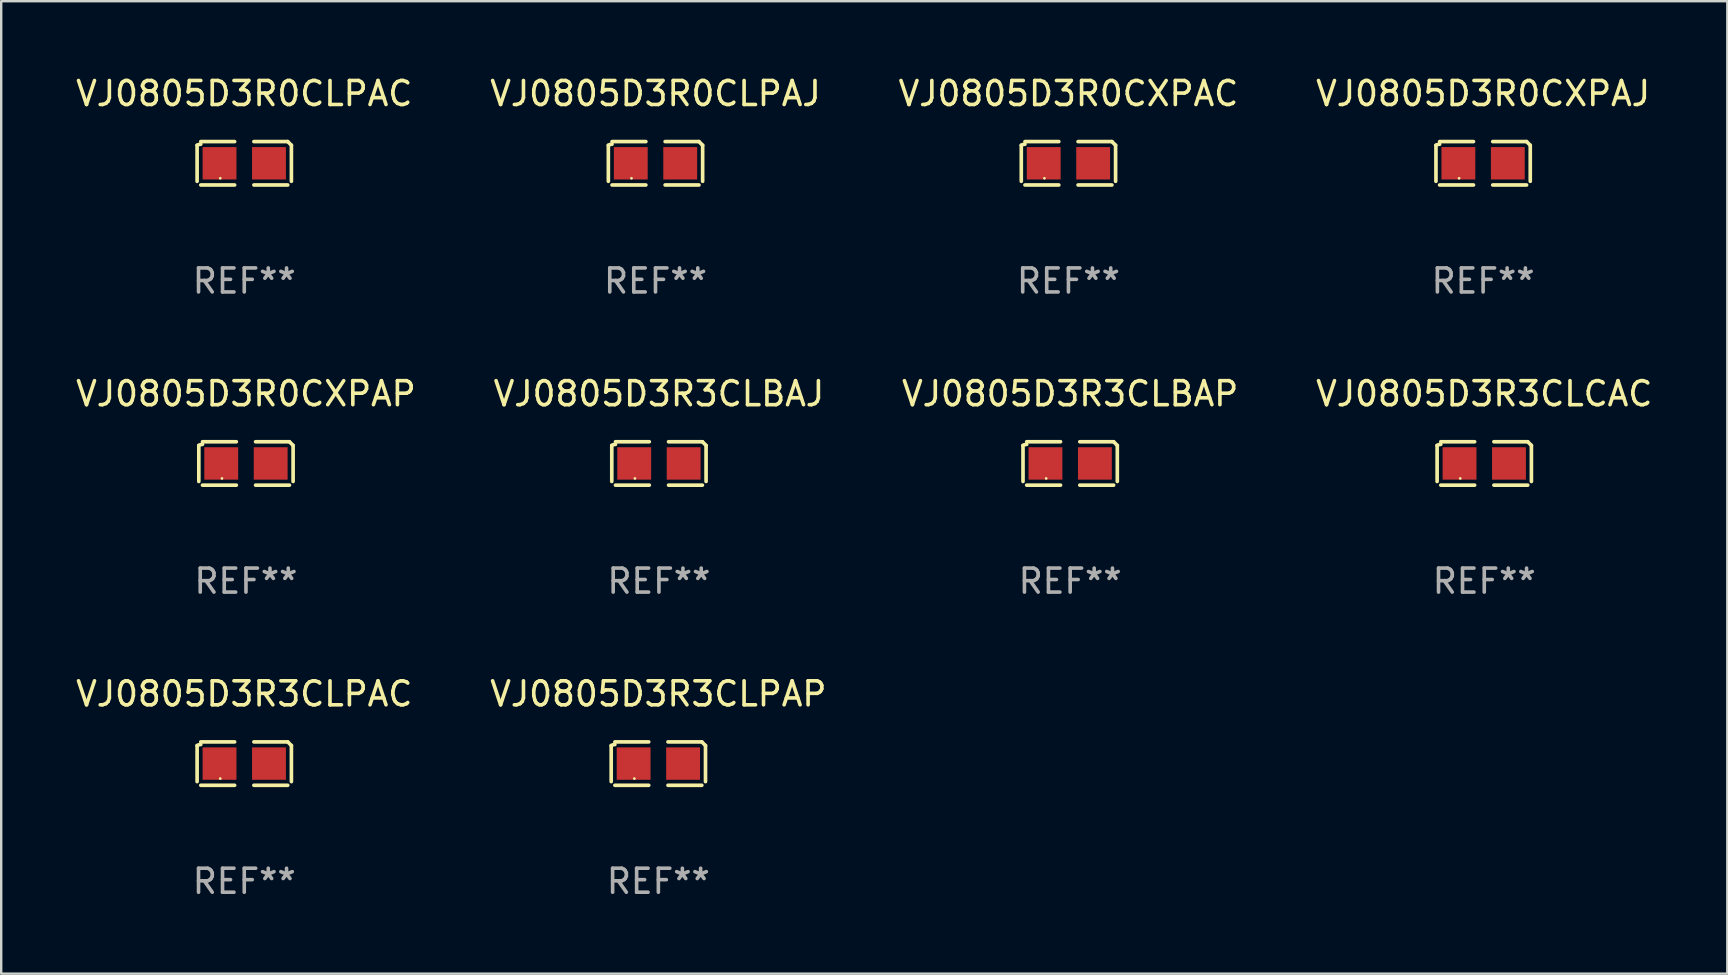
<source format=kicad_pcb>
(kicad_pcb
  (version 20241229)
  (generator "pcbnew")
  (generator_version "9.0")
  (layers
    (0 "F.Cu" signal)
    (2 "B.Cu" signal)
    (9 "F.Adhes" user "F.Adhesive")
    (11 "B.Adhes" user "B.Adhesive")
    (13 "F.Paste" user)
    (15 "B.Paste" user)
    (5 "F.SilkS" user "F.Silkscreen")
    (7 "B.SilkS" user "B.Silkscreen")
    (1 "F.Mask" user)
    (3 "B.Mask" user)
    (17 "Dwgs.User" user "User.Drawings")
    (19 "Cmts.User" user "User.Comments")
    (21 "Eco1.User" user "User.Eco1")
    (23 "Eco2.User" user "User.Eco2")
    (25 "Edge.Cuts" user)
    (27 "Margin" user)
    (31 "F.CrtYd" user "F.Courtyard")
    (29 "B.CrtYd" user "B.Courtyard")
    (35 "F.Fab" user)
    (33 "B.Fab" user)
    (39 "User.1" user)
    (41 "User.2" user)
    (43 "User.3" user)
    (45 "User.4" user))
  (footprint "VJ0805D3R3CLPAP"
    (layer "F.Cu")
    (at 24.375 28.759)
    (property "Reference" "VJ0805D3R3CLPAP" (at 0 -2.904 0) (layer "F.SilkS") (effects (font (size 1 1) (thickness 0.15))))
    (attr through_hole)
    (fp_line (start -1.964 0.751) (end -1.964 -0.751) (stroke (width 0.152) (type solid)) (layer "F.SilkS"))
    (fp_line (start -1.811 -0.904) (end -0.401 -0.904) (stroke (width 0.152) (type solid)) (layer "F.SilkS"))
    (fp_line (start -0.401 0.904) (end -1.811 0.904) (stroke (width 0.152) (type solid)) (layer "F.SilkS"))
    (fp_line (start 0.401 0.904) (end 1.811 0.904) (stroke (width 0.152) (type solid)) (layer "F.SilkS"))
    (fp_line (start 1.811 -0.904) (end 0.401 -0.904) (stroke (width 0.152) (type solid)) (layer "F.SilkS"))
    (fp_line (start 1.964 0.751) (end 1.964 -0.751) (stroke (width 0.152) (type solid)) (layer "F.SilkS"))
    (fp_arc (start -1.963602 -0.751207) (mid -1.890354 -0.783131) (end -1.811201 -0.794044) (stroke (width 0.1524) (type solid)) (layer "F.SilkS"))
    (fp_arc (start 1.811202 -0.903607) (mid 1.887413 -0.827418) (end 1.963602 -0.751207) (stroke (width 0.1524) (type solid)) (layer "F.SilkS"))
    (fp_circle (center -1 0.625) (end -0.97 0.625) (stroke (width 0.06) (type solid)) (fill no) (layer "F.SilkS"))
    (fp_text user "REF**" (at 0 4.904 0) (layer "F.Fab") (effects (font (size 1 1) (thickness 0.15))))
    (pad "1" smd rect (at -1.03 0) (size 1.41 1.35) (layers "F.Cu" "F.Mask" "F.Paste"))
    (pad "2" smd rect (at 1.03 0) (size 1.41 1.35) (layers "F.Cu" "F.Mask" "F.Paste")))
  (footprint "VJ0805D3R3CLBAJ"
    (layer "F.Cu")
    (at 24.399 16.256)
    (property "Reference" "VJ0805D3R3CLBAJ" (at 0 -2.904 0) (layer "F.SilkS") (effects (font (size 1 1) (thickness 0.15))))
    (attr through_hole)
    (fp_line (start -1.964 0.751) (end -1.964 -0.751) (stroke (width 0.152) (type solid)) (layer "F.SilkS"))
    (fp_line (start -1.811 -0.904) (end -0.401 -0.904) (stroke (width 0.152) (type solid)) (layer "F.SilkS"))
    (fp_line (start -0.401 0.904) (end -1.811 0.904) (stroke (width 0.152) (type solid)) (layer "F.SilkS"))
    (fp_line (start 0.401 0.904) (end 1.811 0.904) (stroke (width 0.152) (type solid)) (layer "F.SilkS"))
    (fp_line (start 1.811 -0.904) (end 0.401 -0.904) (stroke (width 0.152) (type solid)) (layer "F.SilkS"))
    (fp_line (start 1.964 0.751) (end 1.964 -0.751) (stroke (width 0.152) (type solid)) (layer "F.SilkS"))
    (fp_arc (start -1.963602 -0.751207) (mid -1.890354 -0.783131) (end -1.811201 -0.794044) (stroke (width 0.1524) (type solid)) (layer "F.SilkS"))
    (fp_arc (start 1.811202 -0.903607) (mid 1.887413 -0.827418) (end 1.963602 -0.751207) (stroke (width 0.1524) (type solid)) (layer "F.SilkS"))
    (fp_circle (center -1 0.625) (end -0.97 0.625) (stroke (width 0.06) (type solid)) (fill no) (layer "F.SilkS"))
    (fp_text user "REF**" (at 0 4.904 0) (layer "F.Fab") (effects (font (size 1 1) (thickness 0.15))))
    (pad "1" smd rect (at -1.03 0) (size 1.41 1.35) (layers "F.Cu" "F.Mask" "F.Paste"))
    (pad "2" smd rect (at 1.03 0) (size 1.41 1.35) (layers "F.Cu" "F.Mask" "F.Paste")))
  (footprint "VJ0805D3R3CLPAC"
    (layer "F.Cu")
    (at 7.125 28.759)
    (property "Reference" "VJ0805D3R3CLPAC" (at 0 -2.904 0) (layer "F.SilkS") (effects (font (size 1 1) (thickness 0.15))))
    (attr through_hole)
    (fp_line (start -1.964 0.751) (end -1.964 -0.751) (stroke (width 0.152) (type solid)) (layer "F.SilkS"))
    (fp_line (start -1.811 -0.904) (end -0.401 -0.904) (stroke (width 0.152) (type solid)) (layer "F.SilkS"))
    (fp_line (start -0.401 0.904) (end -1.811 0.904) (stroke (width 0.152) (type solid)) (layer "F.SilkS"))
    (fp_line (start 0.401 0.904) (end 1.811 0.904) (stroke (width 0.152) (type solid)) (layer "F.SilkS"))
    (fp_line (start 1.811 -0.904) (end 0.401 -0.904) (stroke (width 0.152) (type solid)) (layer "F.SilkS"))
    (fp_line (start 1.964 0.751) (end 1.964 -0.751) (stroke (width 0.152) (type solid)) (layer "F.SilkS"))
    (fp_arc (start -1.963602 -0.751207) (mid -1.890354 -0.783131) (end -1.811201 -0.794044) (stroke (width 0.1524) (type solid)) (layer "F.SilkS"))
    (fp_arc (start 1.811202 -0.903607) (mid 1.887413 -0.827418) (end 1.963602 -0.751207) (stroke (width 0.1524) (type solid)) (layer "F.SilkS"))
    (fp_circle (center -1 0.625) (end -0.97 0.625) (stroke (width 0.06) (type solid)) (fill no) (layer "F.SilkS"))
    (fp_text user "REF**" (at 0 4.904 0) (layer "F.Fab") (effects (font (size 1 1) (thickness 0.15))))
    (pad "1" smd rect (at -1.03 0) (size 1.41 1.35) (layers "F.Cu" "F.Mask" "F.Paste"))
    (pad "2" smd rect (at 1.03 0) (size 1.41 1.35) (layers "F.Cu" "F.Mask" "F.Paste")))
  (footprint "VJ0805D3R0CXPAJ"
    (layer "F.Cu")
    (at 58.732 3.752)
    (property "Reference" "VJ0805D3R0CXPAJ" (at 0 -2.904 0) (layer "F.SilkS") (effects (font (size 1 1) (thickness 0.15))))
    (attr through_hole)
    (fp_line (start -1.964 0.751) (end -1.964 -0.751) (stroke (width 0.152) (type solid)) (layer "F.SilkS"))
    (fp_line (start -1.811 -0.904) (end -0.401 -0.904) (stroke (width 0.152) (type solid)) (layer "F.SilkS"))
    (fp_line (start -0.401 0.904) (end -1.811 0.904) (stroke (width 0.152) (type solid)) (layer "F.SilkS"))
    (fp_line (start 0.401 0.904) (end 1.811 0.904) (stroke (width 0.152) (type solid)) (layer "F.SilkS"))
    (fp_line (start 1.811 -0.904) (end 0.401 -0.904) (stroke (width 0.152) (type solid)) (layer "F.SilkS"))
    (fp_line (start 1.964 0.751) (end 1.964 -0.751) (stroke (width 0.152) (type solid)) (layer "F.SilkS"))
    (fp_arc (start -1.963602 -0.751207) (mid -1.890354 -0.783131) (end -1.811201 -0.794044) (stroke (width 0.1524) (type solid)) (layer "F.SilkS"))
    (fp_arc (start 1.811202 -0.903607) (mid 1.887413 -0.827418) (end 1.963602 -0.751207) (stroke (width 0.1524) (type solid)) (layer "F.SilkS"))
    (fp_circle (center -1 0.625) (end -0.97 0.625) (stroke (width 0.06) (type solid)) (fill no) (layer "F.SilkS"))
    (fp_text user "REF**" (at 0 4.904 0) (layer "F.Fab") (effects (font (size 1 1) (thickness 0.15))))
    (pad "1" smd rect (at -1.03 0) (size 1.41 1.35) (layers "F.Cu" "F.Mask" "F.Paste"))
    (pad "2" smd rect (at 1.03 0) (size 1.41 1.35) (layers "F.Cu" "F.Mask" "F.Paste")))
  (footprint "VJ0805D3R3CLCAC"
    (layer "F.Cu")
    (at 58.78 16.256)
    (property "Reference" "VJ0805D3R3CLCAC" (at 0 -2.904 0) (layer "F.SilkS") (effects (font (size 1 1) (thickness 0.15))))
    (attr through_hole)
    (fp_line (start -1.964 0.751) (end -1.964 -0.751) (stroke (width 0.152) (type solid)) (layer "F.SilkS"))
    (fp_line (start -1.811 -0.904) (end -0.401 -0.904) (stroke (width 0.152) (type solid)) (layer "F.SilkS"))
    (fp_line (start -0.401 0.904) (end -1.811 0.904) (stroke (width 0.152) (type solid)) (layer "F.SilkS"))
    (fp_line (start 0.401 0.904) (end 1.811 0.904) (stroke (width 0.152) (type solid)) (layer "F.SilkS"))
    (fp_line (start 1.811 -0.904) (end 0.401 -0.904) (stroke (width 0.152) (type solid)) (layer "F.SilkS"))
    (fp_line (start 1.964 0.751) (end 1.964 -0.751) (stroke (width 0.152) (type solid)) (layer "F.SilkS"))
    (fp_arc (start -1.963602 -0.751207) (mid -1.890354 -0.783131) (end -1.811201 -0.794044) (stroke (width 0.1524) (type solid)) (layer "F.SilkS"))
    (fp_arc (start 1.811202 -0.903607) (mid 1.887413 -0.827418) (end 1.963602 -0.751207) (stroke (width 0.1524) (type solid)) (layer "F.SilkS"))
    (fp_circle (center -1 0.625) (end -0.97 0.625) (stroke (width 0.06) (type solid)) (fill no) (layer "F.SilkS"))
    (fp_text user "REF**" (at 0 4.904 0) (layer "F.Fab") (effects (font (size 1 1) (thickness 0.15))))
    (pad "1" smd rect (at -1.03 0) (size 1.41 1.35) (layers "F.Cu" "F.Mask" "F.Paste"))
    (pad "2" smd rect (at 1.03 0) (size 1.41 1.35) (layers "F.Cu" "F.Mask" "F.Paste")))
  (footprint "VJ0805D3R3CLBAP"
    (layer "F.Cu")
    (at 41.53 16.256)
    (property "Reference" "VJ0805D3R3CLBAP" (at 0 -2.904 0) (layer "F.SilkS") (effects (font (size 1 1) (thickness 0.15))))
    (attr through_hole)
    (fp_line (start -1.964 0.751) (end -1.964 -0.751) (stroke (width 0.152) (type solid)) (layer "F.SilkS"))
    (fp_line (start -1.811 -0.904) (end -0.401 -0.904) (stroke (width 0.152) (type solid)) (layer "F.SilkS"))
    (fp_line (start -0.401 0.904) (end -1.811 0.904) (stroke (width 0.152) (type solid)) (layer "F.SilkS"))
    (fp_line (start 0.401 0.904) (end 1.811 0.904) (stroke (width 0.152) (type solid)) (layer "F.SilkS"))
    (fp_line (start 1.811 -0.904) (end 0.401 -0.904) (stroke (width 0.152) (type solid)) (layer "F.SilkS"))
    (fp_line (start 1.964 0.751) (end 1.964 -0.751) (stroke (width 0.152) (type solid)) (layer "F.SilkS"))
    (fp_arc (start -1.963602 -0.751207) (mid -1.890354 -0.783131) (end -1.811201 -0.794044) (stroke (width 0.1524) (type solid)) (layer "F.SilkS"))
    (fp_arc (start 1.811202 -0.903607) (mid 1.887413 -0.827418) (end 1.963602 -0.751207) (stroke (width 0.1524) (type solid)) (layer "F.SilkS"))
    (fp_circle (center -1 0.625) (end -0.97 0.625) (stroke (width 0.06) (type solid)) (fill no) (layer "F.SilkS"))
    (fp_text user "REF**" (at 0 4.904 0) (layer "F.Fab") (effects (font (size 1 1) (thickness 0.15))))
    (pad "1" smd rect (at -1.03 0) (size 1.41 1.35) (layers "F.Cu" "F.Mask" "F.Paste"))
    (pad "2" smd rect (at 1.03 0) (size 1.41 1.35) (layers "F.Cu" "F.Mask" "F.Paste")))
  (footprint "VJ0805D3R0CLPAC"
    (layer "F.Cu")
    (at 7.125 3.752)
    (property "Reference" "VJ0805D3R0CLPAC" (at 0 -2.904 0) (layer "F.SilkS") (effects (font (size 1 1) (thickness 0.15))))
    (attr through_hole)
    (fp_line (start -1.964 0.751) (end -1.964 -0.751) (stroke (width 0.152) (type solid)) (layer "F.SilkS"))
    (fp_line (start -1.811 -0.904) (end -0.401 -0.904) (stroke (width 0.152) (type solid)) (layer "F.SilkS"))
    (fp_line (start -0.401 0.904) (end -1.811 0.904) (stroke (width 0.152) (type solid)) (layer "F.SilkS"))
    (fp_line (start 0.401 0.904) (end 1.811 0.904) (stroke (width 0.152) (type solid)) (layer "F.SilkS"))
    (fp_line (start 1.811 -0.904) (end 0.401 -0.904) (stroke (width 0.152) (type solid)) (layer "F.SilkS"))
    (fp_line (start 1.964 0.751) (end 1.964 -0.751) (stroke (width 0.152) (type solid)) (layer "F.SilkS"))
    (fp_arc (start -1.963602 -0.751207) (mid -1.890354 -0.783131) (end -1.811201 -0.794044) (stroke (width 0.1524) (type solid)) (layer "F.SilkS"))
    (fp_arc (start 1.811202 -0.903607) (mid 1.887413 -0.827418) (end 1.963602 -0.751207) (stroke (width 0.1524) (type solid)) (layer "F.SilkS"))
    (fp_circle (center -1 0.625) (end -0.97 0.625) (stroke (width 0.06) (type solid)) (fill no) (layer "F.SilkS"))
    (fp_text user "REF**" (at 0 4.904 0) (layer "F.Fab") (effects (font (size 1 1) (thickness 0.15))))
    (pad "1" smd rect (at -1.03 0) (size 1.41 1.35) (layers "F.Cu" "F.Mask" "F.Paste"))
    (pad "2" smd rect (at 1.03 0) (size 1.41 1.35) (layers "F.Cu" "F.Mask" "F.Paste")))
  (footprint "VJ0805D3R0CXPAC"
    (layer "F.Cu")
    (at 41.458 3.752)
    (property "Reference" "VJ0805D3R0CXPAC" (at 0 -2.904 0) (layer "F.SilkS") (effects (font (size 1 1) (thickness 0.15))))
    (attr through_hole)
    (fp_line (start -1.964 0.751) (end -1.964 -0.751) (stroke (width 0.152) (type solid)) (layer "F.SilkS"))
    (fp_line (start -1.811 -0.904) (end -0.401 -0.904) (stroke (width 0.152) (type solid)) (layer "F.SilkS"))
    (fp_line (start -0.401 0.904) (end -1.811 0.904) (stroke (width 0.152) (type solid)) (layer "F.SilkS"))
    (fp_line (start 0.401 0.904) (end 1.811 0.904) (stroke (width 0.152) (type solid)) (layer "F.SilkS"))
    (fp_line (start 1.811 -0.904) (end 0.401 -0.904) (stroke (width 0.152) (type solid)) (layer "F.SilkS"))
    (fp_line (start 1.964 0.751) (end 1.964 -0.751) (stroke (width 0.152) (type solid)) (layer "F.SilkS"))
    (fp_arc (start -1.963602 -0.751207) (mid -1.890354 -0.783131) (end -1.811201 -0.794044) (stroke (width 0.1524) (type solid)) (layer "F.SilkS"))
    (fp_arc (start 1.811202 -0.903607) (mid 1.887413 -0.827418) (end 1.963602 -0.751207) (stroke (width 0.1524) (type solid)) (layer "F.SilkS"))
    (fp_circle (center -1 0.625) (end -0.97 0.625) (stroke (width 0.06) (type solid)) (fill no) (layer "F.SilkS"))
    (fp_text user "REF**" (at 0 4.904 0) (layer "F.Fab") (effects (font (size 1 1) (thickness 0.15))))
    (pad "1" smd rect (at -1.03 0) (size 1.41 1.35) (layers "F.Cu" "F.Mask" "F.Paste"))
    (pad "2" smd rect (at 1.03 0) (size 1.41 1.35) (layers "F.Cu" "F.Mask" "F.Paste")))
  (footprint "VJ0805D3R0CXPAP"
    (layer "F.Cu")
    (at 7.196 16.256)
    (property "Reference" "VJ0805D3R0CXPAP" (at 0 -2.904 0) (layer "F.SilkS") (effects (font (size 1 1) (thickness 0.15))))
    (attr through_hole)
    (fp_line (start -1.964 0.751) (end -1.964 -0.751) (stroke (width 0.152) (type solid)) (layer "F.SilkS"))
    (fp_line (start -1.811 -0.904) (end -0.401 -0.904) (stroke (width 0.152) (type solid)) (layer "F.SilkS"))
    (fp_line (start -0.401 0.904) (end -1.811 0.904) (stroke (width 0.152) (type solid)) (layer "F.SilkS"))
    (fp_line (start 0.401 0.904) (end 1.811 0.904) (stroke (width 0.152) (type solid)) (layer "F.SilkS"))
    (fp_line (start 1.811 -0.904) (end 0.401 -0.904) (stroke (width 0.152) (type solid)) (layer "F.SilkS"))
    (fp_line (start 1.964 0.751) (end 1.964 -0.751) (stroke (width 0.152) (type solid)) (layer "F.SilkS"))
    (fp_arc (start -1.963602 -0.751207) (mid -1.890354 -0.783131) (end -1.811201 -0.794044) (stroke (width 0.1524) (type solid)) (layer "F.SilkS"))
    (fp_arc (start 1.811202 -0.903607) (mid 1.887413 -0.827418) (end 1.963602 -0.751207) (stroke (width 0.1524) (type solid)) (layer "F.SilkS"))
    (fp_circle (center -1 0.625) (end -0.97 0.625) (stroke (width 0.06) (type solid)) (fill no) (layer "F.SilkS"))
    (fp_text user "REF**" (at 0 4.904 0) (layer "F.Fab") (effects (font (size 1 1) (thickness 0.15))))
    (pad "1" smd rect (at -1.03 0) (size 1.41 1.35) (layers "F.Cu" "F.Mask" "F.Paste"))
    (pad "2" smd rect (at 1.03 0) (size 1.41 1.35) (layers "F.Cu" "F.Mask" "F.Paste")))
  (footprint "VJ0805D3R0CLPAJ"
    (layer "F.Cu")
    (at 24.256 3.752)
    (property "Reference" "VJ0805D3R0CLPAJ" (at 0 -2.904 0) (layer "F.SilkS") (effects (font (size 1 1) (thickness 0.15))))
    (attr through_hole)
    (fp_line (start -1.964 0.751) (end -1.964 -0.751) (stroke (width 0.152) (type solid)) (layer "F.SilkS"))
    (fp_line (start -1.811 -0.904) (end -0.401 -0.904) (stroke (width 0.152) (type solid)) (layer "F.SilkS"))
    (fp_line (start -0.401 0.904) (end -1.811 0.904) (stroke (width 0.152) (type solid)) (layer "F.SilkS"))
    (fp_line (start 0.401 0.904) (end 1.811 0.904) (stroke (width 0.152) (type solid)) (layer "F.SilkS"))
    (fp_line (start 1.811 -0.904) (end 0.401 -0.904) (stroke (width 0.152) (type solid)) (layer "F.SilkS"))
    (fp_line (start 1.964 0.751) (end 1.964 -0.751) (stroke (width 0.152) (type solid)) (layer "F.SilkS"))
    (fp_arc (start -1.963602 -0.751207) (mid -1.890354 -0.783131) (end -1.811201 -0.794044) (stroke (width 0.1524) (type solid)) (layer "F.SilkS"))
    (fp_arc (start 1.811202 -0.903607) (mid 1.887413 -0.827418) (end 1.963602 -0.751207) (stroke (width 0.1524) (type solid)) (layer "F.SilkS"))
    (fp_circle (center -1 0.625) (end -0.97 0.625) (stroke (width 0.06) (type solid)) (fill no) (layer "F.SilkS"))
    (fp_text user "REF**" (at 0 4.904 0) (layer "F.Fab") (effects (font (size 1 1) (thickness 0.15))))
    (pad "1" smd rect (at -1.03 0) (size 1.41 1.35) (layers "F.Cu" "F.Mask" "F.Paste"))
    (pad "2" smd rect (at 1.03 0) (size 1.41 1.35) (layers "F.Cu" "F.Mask" "F.Paste")))
  (gr_rect
    (start -3 -3)
    (end 68.905 37.511)
    (stroke (width 0.1) (type default))
    (fill no)
    (layer "Edge.Cuts")))
</source>
